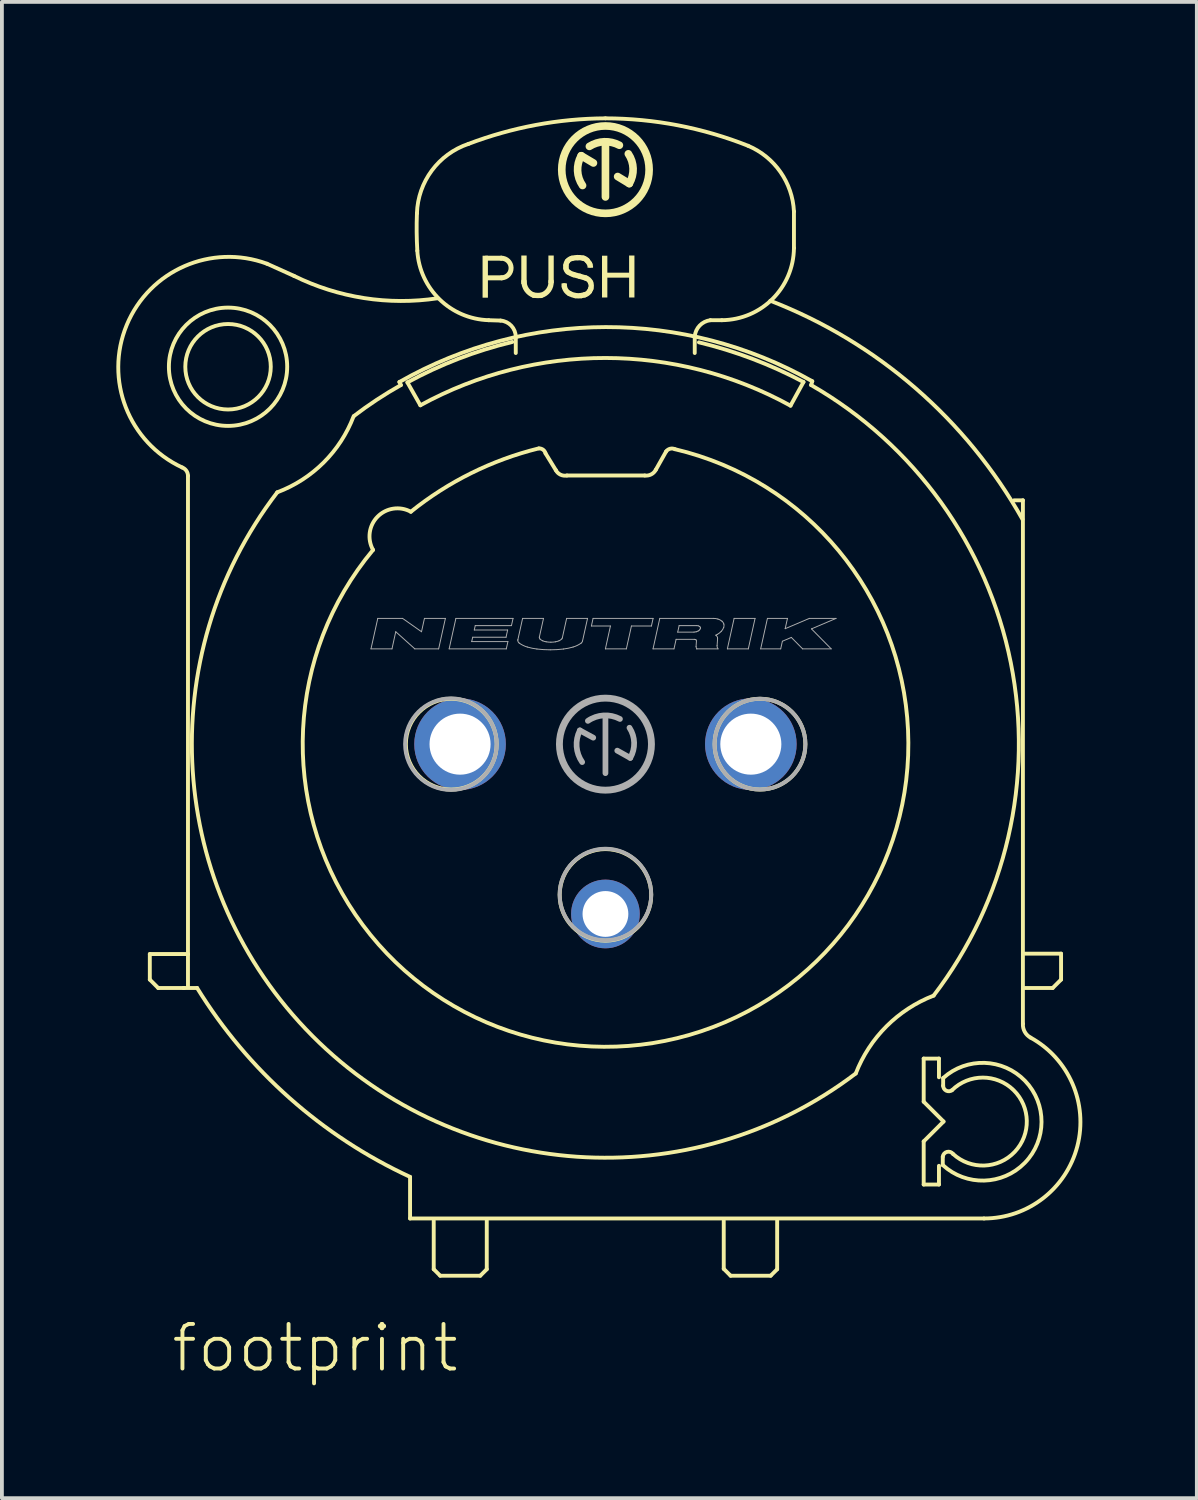
<source format=kicad_pcb>
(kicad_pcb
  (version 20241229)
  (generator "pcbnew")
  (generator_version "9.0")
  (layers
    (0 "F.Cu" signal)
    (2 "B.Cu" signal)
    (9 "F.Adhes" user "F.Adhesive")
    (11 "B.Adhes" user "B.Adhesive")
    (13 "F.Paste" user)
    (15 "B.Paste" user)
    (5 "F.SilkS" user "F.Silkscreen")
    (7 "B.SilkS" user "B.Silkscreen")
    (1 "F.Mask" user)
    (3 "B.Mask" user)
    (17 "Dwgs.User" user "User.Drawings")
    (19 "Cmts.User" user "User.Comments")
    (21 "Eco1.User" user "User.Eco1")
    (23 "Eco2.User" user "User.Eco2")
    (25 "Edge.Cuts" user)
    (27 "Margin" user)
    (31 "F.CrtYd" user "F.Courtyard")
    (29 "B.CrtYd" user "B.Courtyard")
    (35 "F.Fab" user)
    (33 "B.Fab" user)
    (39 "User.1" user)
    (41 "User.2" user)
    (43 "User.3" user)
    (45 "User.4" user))
  (footprint "footprint"
    (layer "F.Cu")
    (at 12.816 16.451)
    (property "Reference" "footprint" (at -11.43 16.51 0) (layer "F.SilkS") (effects (font (size 1.168 1.168) (thickness 0.102)) (justify left bottom)))
    (fp_line (start -11.94 5.5) (end -10.94 5.5) (stroke (width 0.102) (type solid)) (layer "F.SilkS"))
    (fp_line (start -11.94 6.17) (end -11.94 5.5) (stroke (width 0.102) (type solid)) (layer "F.SilkS"))
    (fp_line (start -11.72 6.39) (end -11.94 6.17) (stroke (width 0.102) (type solid)) (layer "F.SilkS"))
    (fp_line (start -11.05 6.39) (end -11.72 6.39) (stroke (width 0.102) (type solid)) (layer "F.SilkS"))
    (fp_line (start -11.05 6.39) (end -10.7 6.39) (stroke (width 0.102) (type solid)) (layer "F.SilkS"))
    (fp_line (start -11.04 6.39) (end -11.05 6.39) (stroke (width 0.102) (type solid)) (layer "F.SilkS"))
    (fp_line (start -10.94 5.5) (end -10.94 -7.03) (stroke (width 0.102) (type solid)) (layer "F.SilkS"))
    (fp_line (start -10.94 6.35) (end -10.94 5.52) (stroke (width 0.102) (type solid)) (layer "F.SilkS"))
    (fp_line (start -5.4 -9.49) (end -5.36 -9.41) (stroke (width 0.102) (type solid)) (layer "F.SilkS"))
    (fp_line (start -5.19 -9.48) (end -4.85 -8.88) (stroke (width 0.102) (type solid)) (layer "F.SilkS"))
    (fp_line (start -5.12 11.34) (end -5.12 12.43) (stroke (width 0.102) (type solid)) (layer "F.SilkS"))
    (fp_line (start -5.12 12.43) (end 9.92 12.43) (stroke (width 0.102) (type solid)) (layer "F.SilkS"))
    (fp_line (start -4.5 12.49) (end -4.5 13.76) (stroke (width 0.102) (type solid)) (layer "F.SilkS"))
    (fp_line (start -4.5 13.76) (end -4.33 13.93) (stroke (width 0.102) (type solid)) (layer "F.SilkS"))
    (fp_line (start -4.33 13.93) (end -3.28 13.93) (stroke (width 0.102) (type solid)) (layer "F.SilkS"))
    (fp_line (start -3.28 13.93) (end -3.11 13.76) (stroke (width 0.102) (type solid)) (layer "F.SilkS"))
    (fp_line (start -3.13 -12.735) (end -2.73 -12.735) (stroke (width 0.13) (type solid)) (layer "F.SilkS"))
    (fp_line (start -3.11 13.76) (end -3.11 12.47) (stroke (width 0.102) (type solid)) (layer "F.SilkS"))
    (fp_line (start -2.75 -11.1) (end -3.06 -11.11) (stroke (width 0.102) (type solid)) (layer "F.SilkS"))
    (fp_line (start -2.72 -12.22) (end -3.11 -12.22) (stroke (width 0.13) (type solid)) (layer "F.SilkS"))
    (fp_line (start -2.35 -10.25) (end -2.35 -10.67) (stroke (width 0.102) (type solid)) (layer "F.SilkS"))
    (fp_line (start -1.3 -7.18) (end -1.57 -7.62) (stroke (width 0.102) (type solid)) (layer "F.SilkS"))
    (fp_line (start -1.08 -12.01) (end -1.075 -11.985) (stroke (width 0.14) (type solid)) (layer "F.SilkS"))
    (fp_line (start -0.315 -15.23) (end -0.635 -15.42) (stroke (width 0.2) (type solid)) (layer "F.SilkS"))
    (fp_line (start 0 -14.34) (end 0 -15.73) (stroke (width 0.2) (type solid)) (layer "F.SilkS"))
    (fp_line (start 0.32 -14.875) (end 0.625 -14.69) (stroke (width 0.2) (type solid)) (layer "F.SilkS"))
    (fp_line (start 1.03 -7.04) (end -1.01 -7.04) (stroke (width 0.102) (type solid)) (layer "F.SilkS"))
    (fp_line (start 1.59 -7.67) (end 1.32 -7.19) (stroke (width 0.102) (type solid)) (layer "F.SilkS"))
    (fp_line (start 3.1 12.49) (end 3.1 13.75) (stroke (width 0.102) (type solid)) (layer "F.SilkS"))
    (fp_line (start 3.1 13.75) (end 3.28 13.93) (stroke (width 0.102) (type solid)) (layer "F.SilkS"))
    (fp_line (start 3.28 13.93) (end 4.33 13.93) (stroke (width 0.102) (type solid)) (layer "F.SilkS"))
    (fp_line (start 4.33 13.93) (end 4.5 13.76) (stroke (width 0.102) (type solid)) (layer "F.SilkS"))
    (fp_line (start 4.5 13.76) (end 4.5 12.48) (stroke (width 0.102) (type solid)) (layer "F.SilkS"))
    (fp_line (start 4.85 -8.87) (end 5.19 -9.49) (stroke (width 0.102) (type solid)) (layer "F.SilkS"))
    (fp_line (start 4.94 -13.96) (end 4.94 -13) (stroke (width 0.102) (type solid)) (layer "F.SilkS"))
    (fp_line (start 5.39 -9.41) (end 5.42 -9.51) (stroke (width 0.102) (type solid)) (layer "F.SilkS"))
    (fp_line (start 8.34 8.24) (end 8.34 9.37) (stroke (width 0.102) (type solid)) (layer "F.SilkS"))
    (fp_line (start 8.34 8.24) (end 8.74 8.24) (stroke (width 0.102) (type solid)) (layer "F.SilkS"))
    (fp_line (start 8.34 9.37) (end 8.86 9.89) (stroke (width 0.102) (type solid)) (layer "F.SilkS"))
    (fp_line (start 8.34 10.41) (end 8.34 11.54) (stroke (width 0.102) (type solid)) (layer "F.SilkS"))
    (fp_line (start 8.34 11.54) (end 8.74 11.54) (stroke (width 0.102) (type solid)) (layer "F.SilkS"))
    (fp_line (start 8.74 8.24) (end 8.74 8.73) (stroke (width 0.102) (type solid)) (layer "F.SilkS"))
    (fp_line (start 8.74 11.54) (end 8.74 11.05) (stroke (width 0.102) (type solid)) (layer "F.SilkS"))
    (fp_line (start 8.84 11.03) (end 8.84 10.82) (stroke (width 0.102) (type solid)) (layer "F.SilkS"))
    (fp_line (start 8.85 8.75) (end 8.85 8.95) (stroke (width 0.102) (type solid)) (layer "F.SilkS"))
    (fp_line (start 8.86 9.89) (end 8.34 10.41) (stroke (width 0.102) (type solid)) (layer "F.SilkS"))
    (fp_line (start 10.94 -6.39) (end 10.71 -6.39) (stroke (width 0.102) (type solid)) (layer "F.SilkS"))
    (fp_line (start 10.94 7.33) (end 10.94 -6.39) (stroke (width 0.102) (type solid)) (layer "F.SilkS"))
    (fp_line (start 10.99 6.39) (end 11.72 6.39) (stroke (width 0.102) (type solid)) (layer "F.SilkS"))
    (fp_line (start 11.72 6.39) (end 11.94 6.17) (stroke (width 0.102) (type solid)) (layer "F.SilkS"))
    (fp_line (start 11.94 5.49) (end 10.99 5.49) (stroke (width 0.102) (type solid)) (layer "F.SilkS"))
    (fp_line (start 11.94 6.17) (end 11.94 5.49) (stroke (width 0.102) (type solid)) (layer "F.SilkS"))
    (fp_arc (start -11.090001 -7.25) (mid -10.981063 -7.163139) (end -10.94 -7.03) (stroke (width 0.1016) (type solid)) (layer "F.SilkS"))
    (fp_arc (start -11.09 -7.25) (mid -12.543512 -10.985729) (end -8.87 -12.59) (stroke (width 0.1016) (type solid)) (layer "F.SilkS"))
    (fp_arc (start -8.87 -12.59) (mid -8.514255 -12.431652) (end -8.16 -12.27) (stroke (width 0.1016) (type solid)) (layer "F.SilkS"))
    (fp_arc (start -6.600001 -8.589999) (mid -7.385866 -7.379789) (end -8.6 -6.6) (stroke (width 0.1016) (type solid)) (layer "F.SilkS"))
    (fp_arc (start -6.59 -8.6) (mid -5.989419 -9.026896) (end -5.36 -9.41) (stroke (width 0.1016) (type solid)) (layer "F.SilkS"))
    (fp_arc (start -6.09 -5.09) (mid -5.970889 -5.96213) (end -5.1 -6.09) (stroke (width 0.1016) (type solid)) (layer "F.SilkS"))
    (fp_arc (start -5.4 -9.49) (mid 0.007357 -10.929608) (end 5.42 -9.51) (stroke (width 0.1016) (type solid)) (layer "F.SilkS"))
    (fp_arc (start -5.19 -9.48) (mid -3.849732 -10.100106) (end -2.44 -10.54) (stroke (width 0.1016) (type solid)) (layer "F.SilkS"))
    (fp_arc (start -5.120001 11.34) (mid -8.274835 9.276268) (end -10.7 6.39) (stroke (width 0.1016) (type solid)) (layer "F.SilkS"))
    (fp_arc (start -5.1 -6.09) (mid -3.515654 -7.102947) (end -1.75 -7.75) (stroke (width 0.1016) (type solid)) (layer "F.SilkS"))
    (fp_arc (start -4.94 -13.91) (mid -4.550179 -15.031535) (end -3.589998 -15.73) (stroke (width 0.1016) (type solid)) (layer "F.SilkS"))
    (fp_arc (start -4.93 -12.93) (mid -4.946992 -13.419878) (end -4.94 -13.91) (stroke (width 0.1016) (type solid)) (layer "F.SilkS"))
    (fp_arc (start -4.85 -8.88) (mid 0.001283 -10.119665) (end 4.850001 -8.870001) (stroke (width 0.1016) (type solid)) (layer "F.SilkS"))
    (fp_arc (start -4.3995 -11.6841) (mid -6.324542 -11.689559) (end -8.16 -12.27) (stroke (width 0.1016) (type solid)) (layer "F.SilkS"))
    (fp_arc (start -3.59 -15.73) (mid -1.825069 -16.226116) (end 0 -16.4) (stroke (width 0.1016) (type solid)) (layer "F.SilkS"))
    (fp_arc (start -3.06 -11.11) (mid -4.347877 -11.657428) (end -4.929998 -12.93) (stroke (width 0.1016) (type solid)) (layer "F.SilkS"))
    (fp_arc (start -2.75 -11.1) (mid -2.465454 -10.963647) (end -2.35 -10.67) (stroke (width 0.1016) (type solid)) (layer "F.SilkS"))
    (fp_arc (start -2.73 -12.735) (mid -2.47245 -12.482404) (end -2.719998 -12.219998) (stroke (width 0.13) (type solid)) (layer "F.SilkS"))
    (fp_arc (start -1.88 -11.765) (mid -2.064528 -11.907658) (end -2.135 -12.13) (stroke (width 0.14) (type solid)) (layer "F.SilkS"))
    (fp_arc (start -1.739999 -7.749999) (mid -1.632341 -7.71463) (end -1.57 -7.62) (stroke (width 0.1016) (type solid)) (layer "F.SilkS"))
    (fp_arc (start -1.69 -11.76) (mid -1.785118 -11.758012) (end -1.88 -11.765) (stroke (width 0.14) (type solid)) (layer "F.SilkS"))
    (fp_arc (start -1.425 -12.13) (mid -1.491164 -11.897489) (end -1.69 -11.76) (stroke (width 0.14) (type solid)) (layer "F.SilkS"))
    (fp_arc (start -1.035 -12.545) (mid -1.023241 -12.602997) (end -0.994999 -12.655) (stroke (width 0.14) (type solid)) (layer "F.SilkS"))
    (fp_arc (start -1.035 -12.475) (mid -1.035897 -12.51) (end -1.035 -12.545) (stroke (width 0.14) (type solid)) (layer "F.SilkS"))
    (fp_arc (start -1.01 -7.04) (mid -1.178221 -7.061899) (end -1.299999 -7.18) (stroke (width 0.1016) (type solid)) (layer "F.SilkS"))
    (fp_arc (start -0.995 -12.655) (mid -0.944061 -12.70256) (end -0.88 -12.73) (stroke (width 0.14) (type solid)) (layer "F.SilkS"))
    (fp_arc (start -0.98 -12.375) (mid -1.018984 -12.418684) (end -1.035 -12.475001) (stroke (width 0.14) (type solid)) (layer "F.SilkS"))
    (fp_arc (start -0.945 -11.809999) (mid -1.02964 -11.88291) (end -1.075 -11.985) (stroke (width 0.14) (type solid)) (layer "F.SilkS"))
    (fp_arc (start -0.88 -12.73) (mid -0.805495 -12.743715) (end -0.73 -12.75) (stroke (width 0.14) (type solid)) (layer "F.SilkS"))
    (fp_arc (start -0.835 -12.305) (mid -0.91042 -12.33395) (end -0.98 -12.375) (stroke (width 0.14) (type solid)) (layer "F.SilkS"))
    (fp_arc (start -0.785 -11.755) (mid -0.867193 -11.776119) (end -0.945 -11.81) (stroke (width 0.14) (type solid)) (layer "F.SilkS"))
    (fp_arc (start -0.73 -12.75) (mid -0.654498 -12.747518) (end -0.58 -12.735) (stroke (width 0.14) (type solid)) (layer "F.SilkS"))
    (fp_arc (start -0.67 -12.26) (mid -0.752692 -12.281798) (end -0.835 -12.305) (stroke (width 0.14) (type solid)) (layer "F.SilkS"))
    (fp_arc (start -0.67 -12.26) (mid -0.592125 -12.238792) (end -0.515 -12.215) (stroke (width 0.14) (type solid)) (layer "F.SilkS"))
    (fp_arc (start -0.635 -11.755) (mid -0.71 -11.748536) (end -0.785 -11.755) (stroke (width 0.14) (type solid)) (layer "F.SilkS"))
    (fp_arc (start -0.600001 -14.640001) (mid -0.729534 -15.024974) (end -0.635 -15.42) (stroke (width 0.2) (type solid)) (layer "F.SilkS"))
    (fp_arc (start -0.58 -12.735) (mid -0.52536 -12.712732) (end -0.479999 -12.675) (stroke (width 0.14) (type solid)) (layer "F.SilkS"))
    (fp_arc (start -0.545 -11.775) (mid -0.589766 -11.763948) (end -0.635 -11.755) (stroke (width 0.14) (type solid)) (layer "F.SilkS"))
    (fp_arc (start -0.515001 -12.215) (mid -0.439987 -12.171101) (end -0.39 -12.1) (stroke (width 0.14) (type solid)) (layer "F.SilkS"))
    (fp_arc (start -0.48 -12.675) (mid -0.448393 -12.636205) (end -0.42 -12.595) (stroke (width 0.14) (type solid)) (layer "F.SilkS"))
    (fp_arc (start -0.42 -15.665) (mid -0.031557 -15.786174) (end 0.365001 -15.695) (stroke (width 0.2) (type solid)) (layer "F.SilkS"))
    (fp_arc (start -0.42 -12.595) (mid -0.409613 -12.577721) (end -0.4 -12.56) (stroke (width 0.14) (type solid)) (layer "F.SilkS"))
    (fp_arc (start -0.42 -11.865) (mid -0.474346 -11.808675) (end -0.545 -11.775) (stroke (width 0.14) (type solid)) (layer "F.SilkS"))
    (fp_arc (start -0.39 -12.1) (mid -0.372108 -12.017966) (end -0.385 -11.935) (stroke (width 0.14) (type solid)) (layer "F.SilkS"))
    (fp_arc (start -0.385 -11.935) (mid -0.40031 -11.898905) (end -0.42 -11.865) (stroke (width 0.14) (type solid)) (layer "F.SilkS"))
    (fp_arc (start 0 -16.4) (mid 1.903896 -16.21607) (end 3.74 -15.68) (stroke (width 0.1016) (type solid)) (layer "F.SilkS"))
    (fp_arc (start 0.6 -15.469999) (mid 0.725239 -15.083613) (end 0.625 -14.69) (stroke (width 0.2) (type solid)) (layer "F.SilkS"))
    (fp_arc (start 1.32 -7.19) (mid 1.198655 -7.069267) (end 1.03 -7.04) (stroke (width 0.1016) (type solid)) (layer "F.SilkS"))
    (fp_arc (start 1.59 -7.67) (mid 1.694294 -7.741041) (end 1.82 -7.73) (stroke (width 0.1016) (type solid)) (layer "F.SilkS"))
    (fp_arc (start 1.820001 -7.729999) (mid 2.514914 7.522132) (end -6.09 -5.09) (stroke (width 0.1016) (type solid)) (layer "F.SilkS"))
    (fp_arc (start 2.339999 -10.680001) (mid 2.468258 -10.968173) (end 2.75 -11.11) (stroke (width 0.1016) (type solid)) (layer "F.SilkS"))
    (fp_arc (start 2.34 -10.68) (mid 2.341373 -10.465) (end 2.34 -10.25) (stroke (width 0.1016) (type solid)) (layer "F.SilkS"))
    (fp_arc (start 2.45 -10.53) (mid 3.852843 -10.096528) (end 5.19 -9.49) (stroke (width 0.1016) (type solid)) (layer "F.SilkS"))
    (fp_arc (start 2.75 -11.11) (mid 2.9 -11.110782) (end 3.05 -11.11) (stroke (width 0.1016) (type solid)) (layer "F.SilkS"))
    (fp_arc (start 3.74 -15.68) (mid 4.587041 -14.992353) (end 4.94 -13.959999) (stroke (width 0.1016) (type solid)) (layer "F.SilkS"))
    (fp_arc (start 4.3216 -11.6192) (mid 8.124325 -9.329628) (end 10.93 -5.89) (stroke (width 0.1016) (type solid)) (layer "F.SilkS"))
    (fp_arc (start 4.94 -13) (mid 4.380591 -11.669408) (end 3.049999 -11.109999) (stroke (width 0.1016) (type solid)) (layer "F.SilkS"))
    (fp_arc (start 5.390001 -9.409999) (mid 10.621564 -2.137578) (end 8.6 6.59) (stroke (width 0.1016) (type solid)) (layer "F.SilkS"))
    (fp_arc (start 6.559998 8.630002) (mid -7.680583 7.644968) (end -8.6 -6.6) (stroke (width 0.1016) (type solid)) (layer "F.SilkS"))
    (fp_arc (start 6.56 8.63) (mid 7.3644 7.3944) (end 8.6 6.59) (stroke (width 0.1016) (type solid)) (layer "F.SilkS"))
    (fp_arc (start 8.839998 10.809999) (mid 8.951546 10.684535) (end 9.11 10.74) (stroke (width 0.1016) (type solid)) (layer "F.SilkS"))
    (fp_arc (start 8.85 8.75) (mid 11.428113 9.901329) (end 8.84 11.03) (stroke (width 0.1016) (type solid)) (layer "F.SilkS"))
    (fp_arc (start 9.079998 9.069999) (mid 8.928572 9.079818) (end 8.85 8.95) (stroke (width 0.1016) (type solid)) (layer "F.SilkS"))
    (fp_arc (start 9.08 9.07) (mid 11.041917 9.870025) (end 9.11 10.74) (stroke (width 0.1016) (type solid)) (layer "F.SilkS"))
    (fp_arc (start 11.14 7.689999) (mid 12.367244 10.532876) (end 9.92 12.43) (stroke (width 0.1016) (type solid)) (layer "F.SilkS"))
    (fp_arc (start 11.14 7.69) (mid 10.988255 7.538747) (end 10.94 7.33) (stroke (width 0.1016) (type solid)) (layer "F.SilkS"))
    (fp_circle (center -9.89 -9.89) (end -8.77 -9.89) (stroke (width 0.102) (type solid)) (fill no) (layer "F.SilkS"))
    (fp_circle (center -9.89 -9.89) (end -8.34 -9.89) (stroke (width 0.102) (type solid)) (fill no) (layer "F.SilkS"))
    (fp_circle (center -4.04 0) (end -2.85 0) (stroke (width 0.102) (type solid)) (fill no) (layer "F.SilkS"))
    (fp_circle (center 0 -15.055) (end 1.145 -15.055) (stroke (width 0.2) (type solid)) (fill no) (layer "F.SilkS"))
    (fp_circle (center 0 3.95) (end 1.2 3.95) (stroke (width 0.102) (type solid)) (fill no) (layer "F.SilkS"))
    (fp_circle (center 4.05 0) (end 5.24 0) (stroke (width 0.102) (type solid)) (fill no) (layer "F.SilkS"))
    (fp_poly (pts (xy -3.22 -11.7) (xy -3.08 -11.7) (xy -3.08 -12.8) (xy -3.22 -12.8)) (stroke (width 0) (type solid)) (fill yes) (layer "F.SilkS"))
    (fp_poly (pts (xy -2.205 -12.06) (xy -2.065 -12.06) (xy -2.065 -12.805) (xy -2.205 -12.805)) (stroke (width 0) (type solid)) (fill yes) (layer "F.SilkS"))
    (fp_poly (pts (xy -1.495 -12.08) (xy -1.355 -12.08) (xy -1.355 -12.805) (xy -1.495 -12.805)) (stroke (width 0) (type solid)) (fill yes) (layer "F.SilkS"))
    (fp_poly (pts (xy -1.15 -12.025) (xy -1.01 -12.025) (xy -1.01 -12.075) (xy -1.15 -12.075)) (stroke (width 0) (type solid)) (fill yes) (layer "F.SilkS"))
    (fp_poly (pts (xy -0.47 -12.485) (xy -0.325 -12.485) (xy -0.325 -12.545) (xy -0.47 -12.545)) (stroke (width 0) (type solid)) (fill yes) (layer "F.SilkS"))
    (fp_poly (pts (xy -0.09 -11.705) (xy 0.05 -11.705) (xy 0.05 -12.8) (xy -0.09 -12.8)) (stroke (width 0) (type solid)) (fill yes) (layer "F.SilkS"))
    (fp_poly (pts (xy 0.035 -12.225) (xy 0.64 -12.225) (xy 0.64 -12.355) (xy 0.035 -12.355)) (stroke (width 0) (type solid)) (fill yes) (layer "F.SilkS"))
    (fp_poly (pts (xy 0.62 -11.705) (xy 0.76 -11.705) (xy 0.76 -12.805) (xy 0.62 -12.805)) (stroke (width 0) (type solid)) (fill yes) (layer "F.SilkS"))
    (fp_line (start -6.144 -2.497) (end -5.966 -3.296) (stroke (width 0.025) (type solid)) (layer "F.Fab"))
    (fp_line (start -6.144 -2.497) (end -5.594 -2.497) (stroke (width 0.025) (type solid)) (layer "F.Fab"))
    (fp_line (start -5.966 -3.296) (end -5.317 -3.296) (stroke (width 0.025) (type solid)) (layer "F.Fab"))
    (fp_line (start -5.594 -2.497) (end -5.495 -2.946) (stroke (width 0.025) (type solid)) (layer "F.Fab"))
    (fp_line (start -5.495 -2.946) (end -4.995 -2.497) (stroke (width 0.025) (type solid)) (layer "F.Fab"))
    (fp_line (start -5.317 -3.296) (end -4.82 -2.946) (stroke (width 0.025) (type solid)) (layer "F.Fab"))
    (fp_line (start -4.995 -2.497) (end -4.371 -2.497) (stroke (width 0.025) (type solid)) (layer "F.Fab"))
    (fp_line (start -4.82 -2.946) (end -4.743 -3.296) (stroke (width 0.025) (type solid)) (layer "F.Fab"))
    (fp_line (start -4.743 -3.296) (end -4.194 -3.296) (stroke (width 0.025) (type solid)) (layer "F.Fab"))
    (fp_line (start -4.371 -2.497) (end -4.194 -3.296) (stroke (width 0.025) (type solid)) (layer "F.Fab"))
    (fp_line (start -4.096 -2.497) (end -3.919 -3.296) (stroke (width 0.025) (type solid)) (layer "F.Fab"))
    (fp_line (start -4.096 -2.497) (end -2.598 -2.497) (stroke (width 0.025) (type solid)) (layer "F.Fab"))
    (fp_line (start -3.919 -3.296) (end -2.421 -3.296) (stroke (width 0.025) (type solid)) (layer "F.Fab"))
    (fp_line (start -3.505 -2.687) (end -3.479 -2.802) (stroke (width 0.025) (type solid)) (layer "F.Fab"))
    (fp_line (start -3.505 -2.687) (end -2.556 -2.687) (stroke (width 0.025) (type solid)) (layer "F.Fab"))
    (fp_line (start -3.479 -2.802) (end -2.605 -2.802) (stroke (width 0.025) (type solid)) (layer "F.Fab"))
    (fp_line (start -3.437 -2.991) (end -3.412 -3.106) (stroke (width 0.025) (type solid)) (layer "F.Fab"))
    (fp_line (start -3.437 -2.991) (end -2.563 -2.991) (stroke (width 0.025) (type solid)) (layer "F.Fab"))
    (fp_line (start -3.412 -3.106) (end -2.463 -3.106) (stroke (width 0.025) (type solid)) (layer "F.Fab"))
    (fp_line (start -2.605 -2.802) (end -2.563 -2.991) (stroke (width 0.025) (type solid)) (layer "F.Fab"))
    (fp_line (start -2.598 -2.497) (end -2.556 -2.687) (stroke (width 0.025) (type solid)) (layer "F.Fab"))
    (fp_line (start -2.463 -3.106) (end -2.421 -3.296) (stroke (width 0.025) (type solid)) (layer "F.Fab"))
    (fp_line (start -2.294 -2.741) (end -2.171 -3.296) (stroke (width 0.025) (type solid)) (layer "F.Fab"))
    (fp_line (start -2.171 -3.296) (end -1.623 -3.296) (stroke (width 0.025) (type solid)) (layer "F.Fab"))
    (fp_line (start -1.731 -2.81) (end -1.623 -3.296) (stroke (width 0.025) (type solid)) (layer "F.Fab"))
    (fp_line (start -1.13 -2.784) (end -1.017 -3.296) (stroke (width 0.025) (type solid)) (layer "F.Fab"))
    (fp_line (start -1.017 -3.296) (end -0.469 -3.296) (stroke (width 0.025) (type solid)) (layer "F.Fab"))
    (fp_line (start -0.67 -0.36) (end -0.32 -0.17) (stroke (width 0.15) (type solid)) (layer "F.Fab"))
    (fp_line (start -0.601 -2.702) (end -0.469 -3.296) (stroke (width 0.025) (type solid)) (layer "F.Fab"))
    (fp_line (start -0.368 -3.096) (end -0.324 -3.296) (stroke (width 0.025) (type solid)) (layer "F.Fab"))
    (fp_line (start -0.368 -3.096) (end 0.131 -3.096) (stroke (width 0.025) (type solid)) (layer "F.Fab"))
    (fp_line (start -0.324 -3.296) (end 1.249 -3.296) (stroke (width 0.025) (type solid)) (layer "F.Fab"))
    (fp_line (start -0.001 -2.497) (end 0.131 -3.096) (stroke (width 0.025) (type solid)) (layer "F.Fab"))
    (fp_line (start -0.001 -2.497) (end 0.548 -2.497) (stroke (width 0.025) (type solid)) (layer "F.Fab"))
    (fp_line (start 0 0.76) (end 0 -0.74) (stroke (width 0.15) (type solid)) (layer "F.Fab"))
    (fp_line (start 0.31 0.17) (end 0.65 0.36) (stroke (width 0.15) (type solid)) (layer "F.Fab"))
    (fp_line (start 0.548 -2.497) (end 0.681 -3.096) (stroke (width 0.025) (type solid)) (layer "F.Fab"))
    (fp_line (start 0.681 -3.096) (end 1.205 -3.096) (stroke (width 0.025) (type solid)) (layer "F.Fab"))
    (fp_line (start 1.205 -3.096) (end 1.249 -3.296) (stroke (width 0.025) (type solid)) (layer "F.Fab"))
    (fp_line (start 1.247 -2.497) (end 1.424 -3.296) (stroke (width 0.025) (type solid)) (layer "F.Fab"))
    (fp_line (start 1.247 -2.497) (end 1.796 -2.497) (stroke (width 0.025) (type solid)) (layer "F.Fab"))
    (fp_line (start 1.424 -3.296) (end 2.826 -3.296) (stroke (width 0.025) (type solid)) (layer "F.Fab"))
    (fp_line (start 1.796 -2.497) (end 1.852 -2.747) (stroke (width 0.025) (type solid)) (layer "F.Fab"))
    (fp_line (start 1.852 -2.747) (end 2.328 -2.747) (stroke (width 0.025) (type solid)) (layer "F.Fab"))
    (fp_line (start 1.894 -2.936) (end 1.931 -3.106) (stroke (width 0.025) (type solid)) (layer "F.Fab"))
    (fp_line (start 1.894 -2.936) (end 2.321 -2.936) (stroke (width 0.025) (type solid)) (layer "F.Fab"))
    (fp_line (start 1.931 -3.106) (end 2.394 -3.106) (stroke (width 0.025) (type solid)) (layer "F.Fab"))
    (fp_line (start 2.375 -2.561) (end 2.385 -2.707) (stroke (width 0.025) (type solid)) (layer "F.Fab"))
    (fp_line (start 2.394 -2.497) (end 2.394 -2.497) (stroke (width 0.025) (type solid)) (layer "F.Fab"))
    (fp_line (start 2.394 -2.497) (end 2.95 -2.497) (stroke (width 0.025) (type solid)) (layer "F.Fab"))
    (fp_line (start 2.926 -2.581) (end 2.939 -2.767) (stroke (width 0.025) (type solid)) (layer "F.Fab"))
    (fp_line (start 3.195 -2.497) (end 3.372 -3.296) (stroke (width 0.025) (type solid)) (layer "F.Fab"))
    (fp_line (start 3.195 -2.497) (end 3.744 -2.497) (stroke (width 0.025) (type solid)) (layer "F.Fab"))
    (fp_line (start 3.372 -3.296) (end 3.921 -3.296) (stroke (width 0.025) (type solid)) (layer "F.Fab"))
    (fp_line (start 3.744 -2.497) (end 3.921 -3.296) (stroke (width 0.025) (type solid)) (layer "F.Fab"))
    (fp_line (start 4.068 -2.497) (end 4.245 -3.296) (stroke (width 0.025) (type solid)) (layer "F.Fab"))
    (fp_line (start 4.068 -2.497) (end 4.593 -2.497) (stroke (width 0.025) (type solid)) (layer "F.Fab"))
    (fp_line (start 4.245 -3.296) (end 4.77 -3.296) (stroke (width 0.025) (type solid)) (layer "F.Fab"))
    (fp_line (start 4.593 -2.497) (end 4.637 -2.697) (stroke (width 0.025) (type solid)) (layer "F.Fab"))
    (fp_line (start 4.637 -2.697) (end 4.871 -2.797) (stroke (width 0.025) (type solid)) (layer "F.Fab"))
    (fp_line (start 4.71 -3.026) (end 4.77 -3.296) (stroke (width 0.025) (type solid)) (layer "F.Fab"))
    (fp_line (start 4.71 -3.026) (end 5.344 -3.296) (stroke (width 0.025) (type solid)) (layer "F.Fab"))
    (fp_line (start 4.871 -2.797) (end 5.167 -2.497) (stroke (width 0.025) (type solid)) (layer "F.Fab"))
    (fp_line (start 5.167 -2.497) (end 5.916 -2.497) (stroke (width 0.025) (type solid)) (layer "F.Fab"))
    (fp_line (start 5.344 -3.296) (end 6.043 -3.296) (stroke (width 0.025) (type solid)) (layer "F.Fab"))
    (fp_line (start 5.399 -3.021) (end 5.916 -2.497) (stroke (width 0.025) (type solid)) (layer "F.Fab"))
    (fp_line (start 5.399 -3.021) (end 6.043 -3.296) (stroke (width 0.025) (type solid)) (layer "F.Fab"))
    (fp_arc (start -2.2964 -2.7217) (mid -2.295867 -2.731456) (end -2.2943 -2.7411) (stroke (width 0.0254) (type solid)) (layer "F.Fab"))
    (fp_arc (start -2.2578 -2.6471) (mid -2.286121 -2.679718) (end -2.2963 -2.7217) (stroke (width 0.0254) (type solid)) (layer "F.Fab"))
    (fp_arc (start -2.0477 -2.5452) (mid -2.156985 -2.587418) (end -2.2578 -2.6471) (stroke (width 0.0254) (type solid)) (layer "F.Fab"))
    (fp_arc (start -1.796 -2.4932) (mid -1.922923 -2.514007) (end -2.0477 -2.5452) (stroke (width 0.0254) (type solid)) (layer "F.Fab"))
    (fp_arc (start -1.7326 -2.7966) (mid -1.732234 -2.803244) (end -1.7311 -2.8098) (stroke (width 0.0254) (type solid)) (layer "F.Fab"))
    (fp_arc (start -1.715901 -2.7561) (mid -1.728335 -2.774676) (end -1.7327 -2.7966) (stroke (width 0.0254) (type solid)) (layer "F.Fab"))
    (fp_arc (start -1.6443 -2.7083) (mid -1.682454 -2.728675) (end -1.7159 -2.7561) (stroke (width 0.0254) (type solid)) (layer "F.Fab"))
    (fp_arc (start -1.5538 -2.6822) (mid -1.599779 -2.692723) (end -1.6443 -2.7083) (stroke (width 0.0254) (type solid)) (layer "F.Fab"))
    (fp_arc (start -1.4474 -2.4721) (mid -1.62202 -2.477365) (end -1.796 -2.4932) (stroke (width 0.0254) (type solid)) (layer "F.Fab"))
    (fp_arc (start -1.4308 -2.6718) (mid -1.492521 -2.674388) (end -1.5538 -2.6822) (stroke (width 0.0254) (type solid)) (layer "F.Fab"))
    (fp_arc (start -1.3079 -2.6822) (mid -1.369129 -2.67439) (end -1.4308 -2.6718) (stroke (width 0.0254) (type solid)) (layer "F.Fab"))
    (fp_arc (start -1.2174 -2.7083) (mid -1.261921 -2.692723) (end -1.3079 -2.6822) (stroke (width 0.0254) (type solid)) (layer "F.Fab"))
    (fp_arc (start -1.1458 -2.7561) (mid -1.179246 -2.728674) (end -1.2174 -2.7083) (stroke (width 0.0254) (type solid)) (layer "F.Fab"))
    (fp_arc (start -1.1304 -2.783899) (mid -1.136132 -2.768909) (end -1.1458 -2.7561) (stroke (width 0.0254) (type solid)) (layer "F.Fab"))
    (fp_arc (start -1.0989 -2.4931) (mid -1.27283 -2.477266) (end -1.4474 -2.472) (stroke (width 0.0254) (type solid)) (layer "F.Fab"))
    (fp_arc (start -0.8472 -2.5452) (mid -0.971977 -2.514007) (end -1.0989 -2.4932) (stroke (width 0.0254) (type solid)) (layer "F.Fab"))
    (fp_arc (start -0.6371 -2.6471) (mid -0.737916 -2.587421) (end -0.8472 -2.5452) (stroke (width 0.0254) (type solid)) (layer "F.Fab"))
    (fp_arc (start -0.61 0.47) (mid -0.754745 0.063295) (end -0.670001 -0.359999) (stroke (width 0.15) (type solid)) (layer "F.Fab"))
    (fp_arc (start -0.6007 -2.7023) (mid -0.613738 -2.671296) (end -0.6371 -2.6471) (stroke (width 0.0254) (type solid)) (layer "F.Fab"))
    (fp_arc (start -0.46 -0.61) (mid -0.047007 -0.752716) (end 0.38 -0.66) (stroke (width 0.15) (type solid)) (layer "F.Fab"))
    (fp_arc (start 0.63 -0.429999) (mid 0.752066 -0.037837) (end 0.65 0.36) (stroke (width 0.15) (type solid)) (layer "F.Fab"))
    (fp_arc (start 2.3283 -2.7467) (mid 2.340566 -2.745829) (end 2.3526 -2.7433) (stroke (width 0.0254) (type solid)) (layer "F.Fab"))
    (fp_arc (start 2.3526 -2.7432) (mid 2.364222 -2.738519) (end 2.3746 -2.7315) (stroke (width 0.0254) (type solid)) (layer "F.Fab"))
    (fp_arc (start 2.3746 -2.7315) (mid 2.380482 -2.724772) (end 2.3841 -2.7166) (stroke (width 0.0254) (type solid)) (layer "F.Fab"))
    (fp_arc (start 2.3785 -2.9442) (mid 2.349756 -2.938398) (end 2.3205 -2.9364) (stroke (width 0.0254) (type solid)) (layer "F.Fab"))
    (fp_arc (start 2.3943 -2.497) (mid 2.380142 -2.527484) (end 2.375 -2.5607) (stroke (width 0.0254) (type solid)) (layer "F.Fab"))
    (fp_arc (start 2.3944 -3.1062) (mid 2.414793 -3.104721) (end 2.4348 -3.1005) (stroke (width 0.0254) (type solid)) (layer "F.Fab"))
    (fp_arc (start 2.4288 -2.9645) (mid 2.404263 -2.952875) (end 2.3785 -2.9443) (stroke (width 0.0254) (type solid)) (layer "F.Fab"))
    (fp_arc (start 2.4348 -3.1005) (mid 2.454244 -3.09272) (end 2.4716 -3.081) (stroke (width 0.0254) (type solid)) (layer "F.Fab"))
    (fp_arc (start 2.4641 -2.9914) (mid 2.447446 -2.976643) (end 2.4288 -2.9645) (stroke (width 0.0254) (type solid)) (layer "F.Fab"))
    (fp_arc (start 2.471599 -3.081) (mid 2.481397 -3.069754) (end 2.4874 -3.0561) (stroke (width 0.0254) (type solid)) (layer "F.Fab"))
    (fp_arc (start 2.4861 -3.0267) (mid 2.476985 -3.007875) (end 2.4641 -2.9914) (stroke (width 0.0254) (type solid)) (layer "F.Fab"))
    (fp_arc (start 2.4874 -3.056101) (mid 2.488998 -3.041301) (end 2.4861 -3.0267) (stroke (width 0.0254) (type solid)) (layer "F.Fab"))
    (fp_arc (start 2.8259 -3.296) (mid 2.886677 -3.291588) (end 2.9463 -3.279) (stroke (width 0.0254) (type solid)) (layer "F.Fab"))
    (fp_arc (start 2.8917 -2.8549) (mid 2.899191 -2.849485) (end 2.9064 -2.8437) (stroke (width 0.0254) (type solid)) (layer "F.Fab"))
    (fp_arc (start 2.9064 -2.8437) (mid 2.924646 -2.822802) (end 2.9358 -2.7974) (stroke (width 0.0254) (type solid)) (layer "F.Fab"))
    (fp_arc (start 2.9282 -2.8737) (mid 2.910094 -2.86407) (end 2.8917 -2.855) (stroke (width 0.0254) (type solid)) (layer "F.Fab"))
    (fp_arc (start 2.9358 -2.7974) (mid 2.93855 -2.782173) (end 2.9387 -2.7667) (stroke (width 0.0254) (type solid)) (layer "F.Fab"))
    (fp_arc (start 2.9463 -3.279) (mid 3.004211 -3.255758) (end 3.0559 -3.2208) (stroke (width 0.0254) (type solid)) (layer "F.Fab"))
    (fp_arc (start 2.950299 -2.497) (mid 2.930466 -2.536583) (end 2.9257 -2.5806) (stroke (width 0.0254) (type solid)) (layer "F.Fab"))
    (fp_arc (start 3.0334 -2.9539) (mid 2.983769 -2.909906) (end 2.9282 -2.8737) (stroke (width 0.0254) (type solid)) (layer "F.Fab"))
    (fp_arc (start 3.0559 -3.2208) (mid 3.085071 -3.187347) (end 3.1029 -3.1467) (stroke (width 0.0254) (type solid)) (layer "F.Fab"))
    (fp_arc (start 3.0992 -3.0591) (mid 3.071923 -3.002983) (end 3.0334 -2.9539) (stroke (width 0.0254) (type solid)) (layer "F.Fab"))
    (fp_arc (start 3.102899 -3.1467) (mid 3.107748 -3.102617) (end 3.0992 -3.0591) (stroke (width 0.0254) (type solid)) (layer "F.Fab"))
    (fp_circle (center -4.05 0) (end -2.85 0) (stroke (width 0.102) (type solid)) (fill no) (layer "F.Fab"))
    (fp_circle (center 0 0) (end 1.206 0) (stroke (width 0.18) (type solid)) (fill no) (layer "F.Fab"))
    (fp_circle (center 0 3.94) (end 1.2 3.94) (stroke (width 0.102) (type solid)) (fill no) (layer "F.Fab"))
    (fp_circle (center 4.05 0) (end 5.24 0) (stroke (width 0.102) (type solid)) (fill no) (layer "F.Fab"))
    (pad "1+G" thru_hole circle (at 3.81 0) (size 2.4 2.4) (drill 1.6) (layers "*.Cu" "*.Mask"))
    (pad "2" thru_hole circle (at -3.81 0) (size 2.4 2.4) (drill 1.6) (layers "*.Cu" "*.Mask"))
    (pad "3" thru_hole circle (at 0 4.45) (size 1.8 1.8) (drill 1.2) (layers "*.Cu" "*.Mask")))
  (gr_rect
    (start -3 -3)
    (end 28.314 36.211)
    (stroke (width 0.1) (type default))
    (fill no)
    (layer "Edge.Cuts")))
</source>
